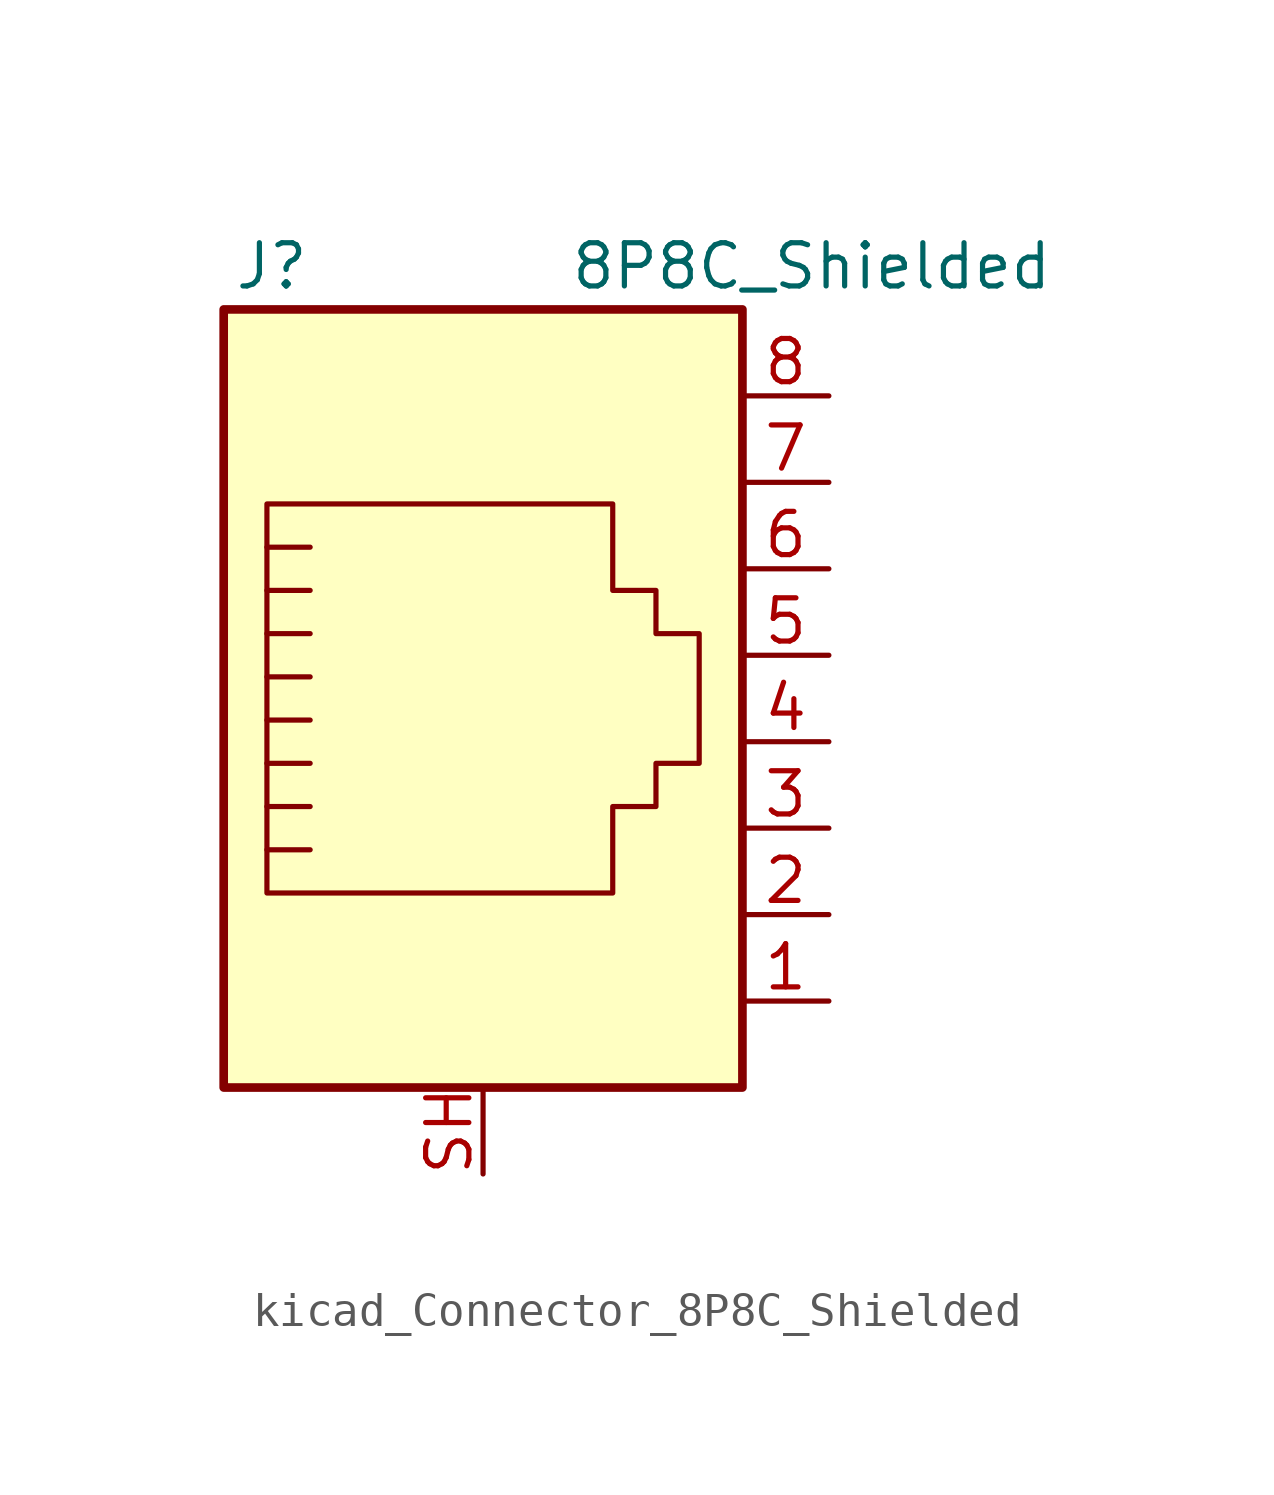
<source format=kicad_sym>
(kicad_symbol_lib
  (version 20220914)
  (generator kicad_symbol_editor)
  (symbol "kicad_Connector_8P8C_Shielded"
    (pin_names
      (offset 1.016))
    (property "Reference" "J"
      (at -5.08 13.97 0)
      (effects (font (size 1.27 1.27)) (justify right)))
    (property "Value" "8P8C_Shielded"
      (at 2.54 13.97 0)
      (effects (font (size 1.27 1.27)) (justify left)))
    (symbol "kicad_Connector_8P8C_Shielded_0_1"
      (polyline (pts (xy -5.08 4.445) (xy -6.35 4.445)) (stroke (width 0) (type default)) (fill (type none)))
      (polyline (pts (xy -5.08 5.715) (xy -6.35 5.715)) (stroke (width 0) (type default)) (fill (type none)))
      (polyline (pts (xy -6.35 -3.175) (xy -5.08 -3.175) (xy -5.08 -3.175)) (stroke (width 0) (type default)) (fill (type none)))
      (polyline (pts (xy -6.35 -1.905) (xy -5.08 -1.905) (xy -5.08 -1.905)) (stroke (width 0) (type default)) (fill (type none)))
      (polyline (pts (xy -6.35 -0.635) (xy -5.08 -0.635) (xy -5.08 -0.635)) (stroke (width 0) (type default)) (fill (type none)))
      (polyline (pts (xy -6.35 0.635) (xy -5.08 0.635) (xy -5.08 0.635)) (stroke (width 0) (type default)) (fill (type none)))
      (polyline (pts (xy -6.35 1.905) (xy -5.08 1.905) (xy -5.08 1.905)) (stroke (width 0) (type default)) (fill (type none)))
      (polyline (pts (xy -5.08 3.175) (xy -6.35 3.175) (xy -6.35 3.175)) (stroke (width 0) (type default)) (fill (type none)))
      (polyline (pts (xy -6.35 -4.445) (xy -6.35 6.985) (xy 3.81 6.985) (xy 3.81 4.445) (xy 5.08 4.445) (xy 5.08 3.175) (xy 6.35 3.175) (xy 6.35 -0.635) (xy 5.08 -0.635) (xy 5.08 -1.905) (xy 3.81 -1.905) (xy 3.81 -4.445) (xy -6.35 -4.445) (xy -6.35 -4.445)) (stroke (width 0) (type default)) (fill (type none)))
      (rectangle (start 7.62 12.7) (end -7.62 -10.16) (stroke (width 0.254) (type default)) (fill (type background))))
    (symbol "kicad_Connector_8P8C_Shielded_1_1"
      (pin passive line (at 10.16 -7.62 180) (length 2.54) (name "~" (effects (font (size 1.27 1.27)))) (number "1" (effects (font (size 1.27 1.27)))))
      (pin passive line (at 10.16 -5.08 180) (length 2.54) (name "~" (effects (font (size 1.27 1.27)))) (number "2" (effects (font (size 1.27 1.27)))))
      (pin passive line (at 10.16 -2.54 180) (length 2.54) (name "~" (effects (font (size 1.27 1.27)))) (number "3" (effects (font (size 1.27 1.27)))))
      (pin passive line (at 10.16 0 180) (length 2.54) (name "~" (effects (font (size 1.27 1.27)))) (number "4" (effects (font (size 1.27 1.27)))))
      (pin passive line (at 10.16 2.54 180) (length 2.54) (name "~" (effects (font (size 1.27 1.27)))) (number "5" (effects (font (size 1.27 1.27)))))
      (pin passive line (at 10.16 5.08 180) (length 2.54) (name "~" (effects (font (size 1.27 1.27)))) (number "6" (effects (font (size 1.27 1.27)))))
      (pin passive line (at 10.16 7.62 180) (length 2.54) (name "~" (effects (font (size 1.27 1.27)))) (number "7" (effects (font (size 1.27 1.27)))))
      (pin passive line (at 10.16 10.16 180) (length 2.54) (name "~" (effects (font (size 1.27 1.27)))) (number "8" (effects (font (size 1.27 1.27)))))
      (pin passive line (at 0 -12.7 90) (length 2.54) (name "~" (effects (font (size 1.27 1.27)))) (number "SH" (effects (font (size 1.27 1.27))))))))
</source>
